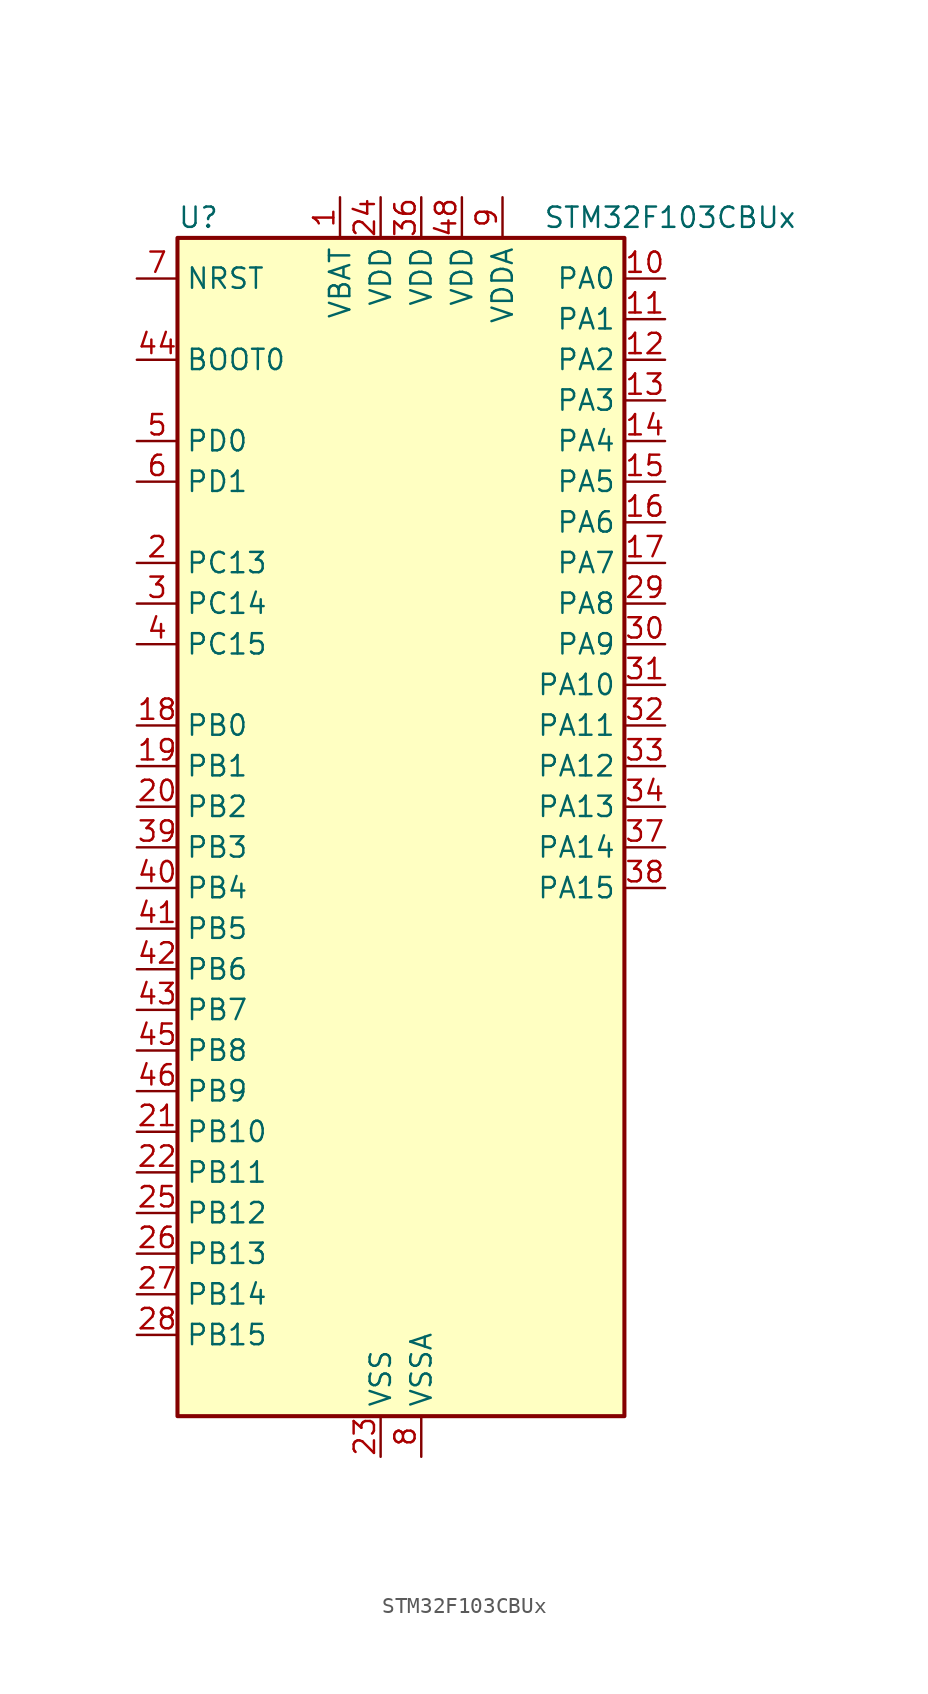
<source format=kicad_sym>
(kicad_symbol_lib
  (version 20220914)
  (generator kicad_symbol_editor)
  (symbol "STM32F103CBUx"
    (property "Reference" "U"
      (at -12.7 39.37 0)
      (effects (font (size 1.27 1.27)) (justify left)))
    (property "Value" "STM32F103CBUx"
      (at 10.16 39.37 0)
      (effects (font (size 1.27 1.27)) (justify left)))
    (property "ki_locked" ""
      (at 0 0 0)
      (effects (font (size 1.27 1.27))))
    (symbol "STM32F103CBUx_0_1"
      (rectangle (start -12.7 -35.56) (end 15.24 38.1) (stroke (width 0.254) (type default)) (fill (type background))))
    (symbol "STM32F103CBUx_1_1"
      (pin power_in line (at -2.54 40.64 270) (length 2.54) (name "VBAT" (effects (font (size 1.27 1.27)))) (number "1" (effects (font (size 1.27 1.27)))))
      (pin bidirectional line (at 17.78 35.56 180) (length 2.54) (name "PA0" (effects (font (size 1.27 1.27)))) (number "10" (effects (font (size 1.27 1.27)))) (alternate "ADC1_IN0" bidirectional line) (alternate "ADC2_IN0" bidirectional line) (alternate "SYS_WKUP" bidirectional line) (alternate "TIM2_CH1" bidirectional line) (alternate "TIM2_ETR" bidirectional line) (alternate "USART2_CTS" bidirectional line))
      (pin bidirectional line (at 17.78 33.02 180) (length 2.54) (name "PA1" (effects (font (size 1.27 1.27)))) (number "11" (effects (font (size 1.27 1.27)))) (alternate "ADC1_IN1" bidirectional line) (alternate "ADC2_IN1" bidirectional line) (alternate "TIM2_CH2" bidirectional line) (alternate "USART2_RTS" bidirectional line))
      (pin bidirectional line (at 17.78 30.48 180) (length 2.54) (name "PA2" (effects (font (size 1.27 1.27)))) (number "12" (effects (font (size 1.27 1.27)))) (alternate "ADC1_IN2" bidirectional line) (alternate "ADC2_IN2" bidirectional line) (alternate "TIM2_CH3" bidirectional line) (alternate "USART2_TX" bidirectional line))
      (pin bidirectional line (at 17.78 27.94 180) (length 2.54) (name "PA3" (effects (font (size 1.27 1.27)))) (number "13" (effects (font (size 1.27 1.27)))) (alternate "ADC1_IN3" bidirectional line) (alternate "ADC2_IN3" bidirectional line) (alternate "TIM2_CH4" bidirectional line) (alternate "USART2_RX" bidirectional line))
      (pin bidirectional line (at 17.78 25.4 180) (length 2.54) (name "PA4" (effects (font (size 1.27 1.27)))) (number "14" (effects (font (size 1.27 1.27)))) (alternate "ADC1_IN4" bidirectional line) (alternate "ADC2_IN4" bidirectional line) (alternate "SPI1_NSS" bidirectional line) (alternate "USART2_CK" bidirectional line))
      (pin bidirectional line (at 17.78 22.86 180) (length 2.54) (name "PA5" (effects (font (size 1.27 1.27)))) (number "15" (effects (font (size 1.27 1.27)))) (alternate "ADC1_IN5" bidirectional line) (alternate "ADC2_IN5" bidirectional line) (alternate "SPI1_SCK" bidirectional line))
      (pin bidirectional line (at 17.78 20.32 180) (length 2.54) (name "PA6" (effects (font (size 1.27 1.27)))) (number "16" (effects (font (size 1.27 1.27)))) (alternate "ADC1_IN6" bidirectional line) (alternate "ADC2_IN6" bidirectional line) (alternate "SPI1_MISO" bidirectional line) (alternate "TIM1_BKIN" bidirectional line) (alternate "TIM3_CH1" bidirectional line))
      (pin bidirectional line (at 17.78 17.78 180) (length 2.54) (name "PA7" (effects (font (size 1.27 1.27)))) (number "17" (effects (font (size 1.27 1.27)))) (alternate "ADC1_IN7" bidirectional line) (alternate "ADC2_IN7" bidirectional line) (alternate "SPI1_MOSI" bidirectional line) (alternate "TIM1_CH1N" bidirectional line) (alternate "TIM3_CH2" bidirectional line))
      (pin bidirectional line (at -15.24 7.62 0) (length 2.54) (name "PB0" (effects (font (size 1.27 1.27)))) (number "18" (effects (font (size 1.27 1.27)))) (alternate "ADC1_IN8" bidirectional line) (alternate "ADC2_IN8" bidirectional line) (alternate "TIM1_CH2N" bidirectional line) (alternate "TIM3_CH3" bidirectional line))
      (pin bidirectional line (at -15.24 5.08 0) (length 2.54) (name "PB1" (effects (font (size 1.27 1.27)))) (number "19" (effects (font (size 1.27 1.27)))) (alternate "ADC1_IN9" bidirectional line) (alternate "ADC2_IN9" bidirectional line) (alternate "TIM1_CH3N" bidirectional line) (alternate "TIM3_CH4" bidirectional line))
      (pin bidirectional line (at -15.24 17.78 0) (length 2.54) (name "PC13" (effects (font (size 1.27 1.27)))) (number "2" (effects (font (size 1.27 1.27)))) (alternate "RTC_OUT" bidirectional line) (alternate "RTC_TAMPER" bidirectional line))
      (pin bidirectional line (at -15.24 2.54 0) (length 2.54) (name "PB2" (effects (font (size 1.27 1.27)))) (number "20" (effects (font (size 1.27 1.27)))))
      (pin bidirectional line (at -15.24 -17.78 0) (length 2.54) (name "PB10" (effects (font (size 1.27 1.27)))) (number "21" (effects (font (size 1.27 1.27)))) (alternate "I2C2_SCL" bidirectional line) (alternate "TIM2_CH3" bidirectional line) (alternate "USART3_TX" bidirectional line))
      (pin bidirectional line (at -15.24 -20.32 0) (length 2.54) (name "PB11" (effects (font (size 1.27 1.27)))) (number "22" (effects (font (size 1.27 1.27)))) (alternate "ADC1_EXTI11" bidirectional line) (alternate "ADC2_EXTI11" bidirectional line) (alternate "I2C2_SDA" bidirectional line) (alternate "TIM2_CH4" bidirectional line) (alternate "USART3_RX" bidirectional line))
      (pin power_in line (at 0 -38.1 90) (length 2.54) (name "VSS" (effects (font (size 1.27 1.27)))) (number "23" (effects (font (size 1.27 1.27)))))
      (pin power_in line (at 0 40.64 270) (length 2.54) (name "VDD" (effects (font (size 1.27 1.27)))) (number "24" (effects (font (size 1.27 1.27)))))
      (pin bidirectional line (at -15.24 -22.86 0) (length 2.54) (name "PB12" (effects (font (size 1.27 1.27)))) (number "25" (effects (font (size 1.27 1.27)))) (alternate "I2C2_SMBA" bidirectional line) (alternate "SPI2_NSS" bidirectional line) (alternate "TIM1_BKIN" bidirectional line) (alternate "USART3_CK" bidirectional line))
      (pin bidirectional line (at -15.24 -25.4 0) (length 2.54) (name "PB13" (effects (font (size 1.27 1.27)))) (number "26" (effects (font (size 1.27 1.27)))) (alternate "SPI2_SCK" bidirectional line) (alternate "TIM1_CH1N" bidirectional line) (alternate "USART3_CTS" bidirectional line))
      (pin bidirectional line (at -15.24 -27.94 0) (length 2.54) (name "PB14" (effects (font (size 1.27 1.27)))) (number "27" (effects (font (size 1.27 1.27)))) (alternate "SPI2_MISO" bidirectional line) (alternate "TIM1_CH2N" bidirectional line) (alternate "USART3_RTS" bidirectional line))
      (pin bidirectional line (at -15.24 -30.48 0) (length 2.54) (name "PB15" (effects (font (size 1.27 1.27)))) (number "28" (effects (font (size 1.27 1.27)))) (alternate "ADC1_EXTI15" bidirectional line) (alternate "ADC2_EXTI15" bidirectional line) (alternate "SPI2_MOSI" bidirectional line) (alternate "TIM1_CH3N" bidirectional line))
      (pin bidirectional line (at 17.78 15.24 180) (length 2.54) (name "PA8" (effects (font (size 1.27 1.27)))) (number "29" (effects (font (size 1.27 1.27)))) (alternate "RCC_MCO" bidirectional line) (alternate "TIM1_CH1" bidirectional line) (alternate "USART1_CK" bidirectional line))
      (pin bidirectional line (at -15.24 15.24 0) (length 2.54) (name "PC14" (effects (font (size 1.27 1.27)))) (number "3" (effects (font (size 1.27 1.27)))) (alternate "RCC_OSC32_IN" bidirectional line))
      (pin bidirectional line (at 17.78 12.7 180) (length 2.54) (name "PA9" (effects (font (size 1.27 1.27)))) (number "30" (effects (font (size 1.27 1.27)))) (alternate "TIM1_CH2" bidirectional line) (alternate "USART1_TX" bidirectional line))
      (pin bidirectional line (at 17.78 10.16 180) (length 2.54) (name "PA10" (effects (font (size 1.27 1.27)))) (number "31" (effects (font (size 1.27 1.27)))) (alternate "TIM1_CH3" bidirectional line) (alternate "USART1_RX" bidirectional line))
      (pin bidirectional line (at 17.78 7.62 180) (length 2.54) (name "PA11" (effects (font (size 1.27 1.27)))) (number "32" (effects (font (size 1.27 1.27)))) (alternate "ADC1_EXTI11" bidirectional line) (alternate "ADC2_EXTI11" bidirectional line) (alternate "CAN_RX" bidirectional line) (alternate "TIM1_CH4" bidirectional line) (alternate "USART1_CTS" bidirectional line) (alternate "USB_DM" bidirectional line))
      (pin bidirectional line (at 17.78 5.08 180) (length 2.54) (name "PA12" (effects (font (size 1.27 1.27)))) (number "33" (effects (font (size 1.27 1.27)))) (alternate "CAN_TX" bidirectional line) (alternate "TIM1_ETR" bidirectional line) (alternate "USART1_RTS" bidirectional line) (alternate "USB_DP" bidirectional line))
      (pin bidirectional line (at 17.78 2.54 180) (length 2.54) (name "PA13" (effects (font (size 1.27 1.27)))) (number "34" (effects (font (size 1.27 1.27)))) (alternate "SYS_JTMS-SWDIO" bidirectional line))
      (pin passive line (at 0 -38.1 90) (length 2.54) hide (name "VSS" (effects (font (size 1.27 1.27)))) (number "35" (effects (font (size 1.27 1.27)))))
      (pin power_in line (at 2.54 40.64 270) (length 2.54) (name "VDD" (effects (font (size 1.27 1.27)))) (number "36" (effects (font (size 1.27 1.27)))))
      (pin bidirectional line (at 17.78 0 180) (length 2.54) (name "PA14" (effects (font (size 1.27 1.27)))) (number "37" (effects (font (size 1.27 1.27)))) (alternate "SYS_JTCK-SWCLK" bidirectional line))
      (pin bidirectional line (at 17.78 -2.54 180) (length 2.54) (name "PA15" (effects (font (size 1.27 1.27)))) (number "38" (effects (font (size 1.27 1.27)))) (alternate "ADC1_EXTI15" bidirectional line) (alternate "ADC2_EXTI15" bidirectional line) (alternate "SPI1_NSS" bidirectional line) (alternate "SYS_JTDI" bidirectional line) (alternate "TIM2_CH1" bidirectional line) (alternate "TIM2_ETR" bidirectional line))
      (pin bidirectional line (at -15.24 0 0) (length 2.54) (name "PB3" (effects (font (size 1.27 1.27)))) (number "39" (effects (font (size 1.27 1.27)))) (alternate "SPI1_SCK" bidirectional line) (alternate "SYS_JTDO-TRACESWO" bidirectional line) (alternate "TIM2_CH2" bidirectional line))
      (pin bidirectional line (at -15.24 12.7 0) (length 2.54) (name "PC15" (effects (font (size 1.27 1.27)))) (number "4" (effects (font (size 1.27 1.27)))) (alternate "ADC1_EXTI15" bidirectional line) (alternate "ADC2_EXTI15" bidirectional line) (alternate "RCC_OSC32_OUT" bidirectional line))
      (pin bidirectional line (at -15.24 -2.54 0) (length 2.54) (name "PB4" (effects (font (size 1.27 1.27)))) (number "40" (effects (font (size 1.27 1.27)))) (alternate "SPI1_MISO" bidirectional line) (alternate "SYS_NJTRST" bidirectional line) (alternate "TIM3_CH1" bidirectional line))
      (pin bidirectional line (at -15.24 -5.08 0) (length 2.54) (name "PB5" (effects (font (size 1.27 1.27)))) (number "41" (effects (font (size 1.27 1.27)))) (alternate "I2C1_SMBA" bidirectional line) (alternate "SPI1_MOSI" bidirectional line) (alternate "TIM3_CH2" bidirectional line))
      (pin bidirectional line (at -15.24 -7.62 0) (length 2.54) (name "PB6" (effects (font (size 1.27 1.27)))) (number "42" (effects (font (size 1.27 1.27)))) (alternate "I2C1_SCL" bidirectional line) (alternate "TIM4_CH1" bidirectional line) (alternate "USART1_TX" bidirectional line))
      (pin bidirectional line (at -15.24 -10.16 0) (length 2.54) (name "PB7" (effects (font (size 1.27 1.27)))) (number "43" (effects (font (size 1.27 1.27)))) (alternate "I2C1_SDA" bidirectional line) (alternate "TIM4_CH2" bidirectional line) (alternate "USART1_RX" bidirectional line))
      (pin input line (at -15.24 30.48 0) (length 2.54) (name "BOOT0" (effects (font (size 1.27 1.27)))) (number "44" (effects (font (size 1.27 1.27)))))
      (pin bidirectional line (at -15.24 -12.7 0) (length 2.54) (name "PB8" (effects (font (size 1.27 1.27)))) (number "45" (effects (font (size 1.27 1.27)))) (alternate "CAN_RX" bidirectional line) (alternate "I2C1_SCL" bidirectional line) (alternate "TIM4_CH3" bidirectional line))
      (pin bidirectional line (at -15.24 -15.24 0) (length 2.54) (name "PB9" (effects (font (size 1.27 1.27)))) (number "46" (effects (font (size 1.27 1.27)))) (alternate "CAN_TX" bidirectional line) (alternate "I2C1_SDA" bidirectional line) (alternate "TIM4_CH4" bidirectional line))
      (pin passive line (at 0 -38.1 90) (length 2.54) hide (name "VSS" (effects (font (size 1.27 1.27)))) (number "47" (effects (font (size 1.27 1.27)))))
      (pin power_in line (at 5.08 40.64 270) (length 2.54) (name "VDD" (effects (font (size 1.27 1.27)))) (number "48" (effects (font (size 1.27 1.27)))))
      (pin passive line (at 0 -38.1 90) (length 2.54) hide (name "VSS" (effects (font (size 1.27 1.27)))) (number "49" (effects (font (size 1.27 1.27)))))
      (pin bidirectional line (at -15.24 25.4 0) (length 2.54) (name "PD0" (effects (font (size 1.27 1.27)))) (number "5" (effects (font (size 1.27 1.27)))) (alternate "RCC_OSC_IN" bidirectional line))
      (pin bidirectional line (at -15.24 22.86 0) (length 2.54) (name "PD1" (effects (font (size 1.27 1.27)))) (number "6" (effects (font (size 1.27 1.27)))) (alternate "RCC_OSC_OUT" bidirectional line))
      (pin input line (at -15.24 35.56 0) (length 2.54) (name "NRST" (effects (font (size 1.27 1.27)))) (number "7" (effects (font (size 1.27 1.27)))))
      (pin power_in line (at 2.54 -38.1 90) (length 2.54) (name "VSSA" (effects (font (size 1.27 1.27)))) (number "8" (effects (font (size 1.27 1.27)))))
      (pin power_in line (at 7.62 40.64 270) (length 2.54) (name "VDDA" (effects (font (size 1.27 1.27)))) (number "9" (effects (font (size 1.27 1.27))))))))
</source>
